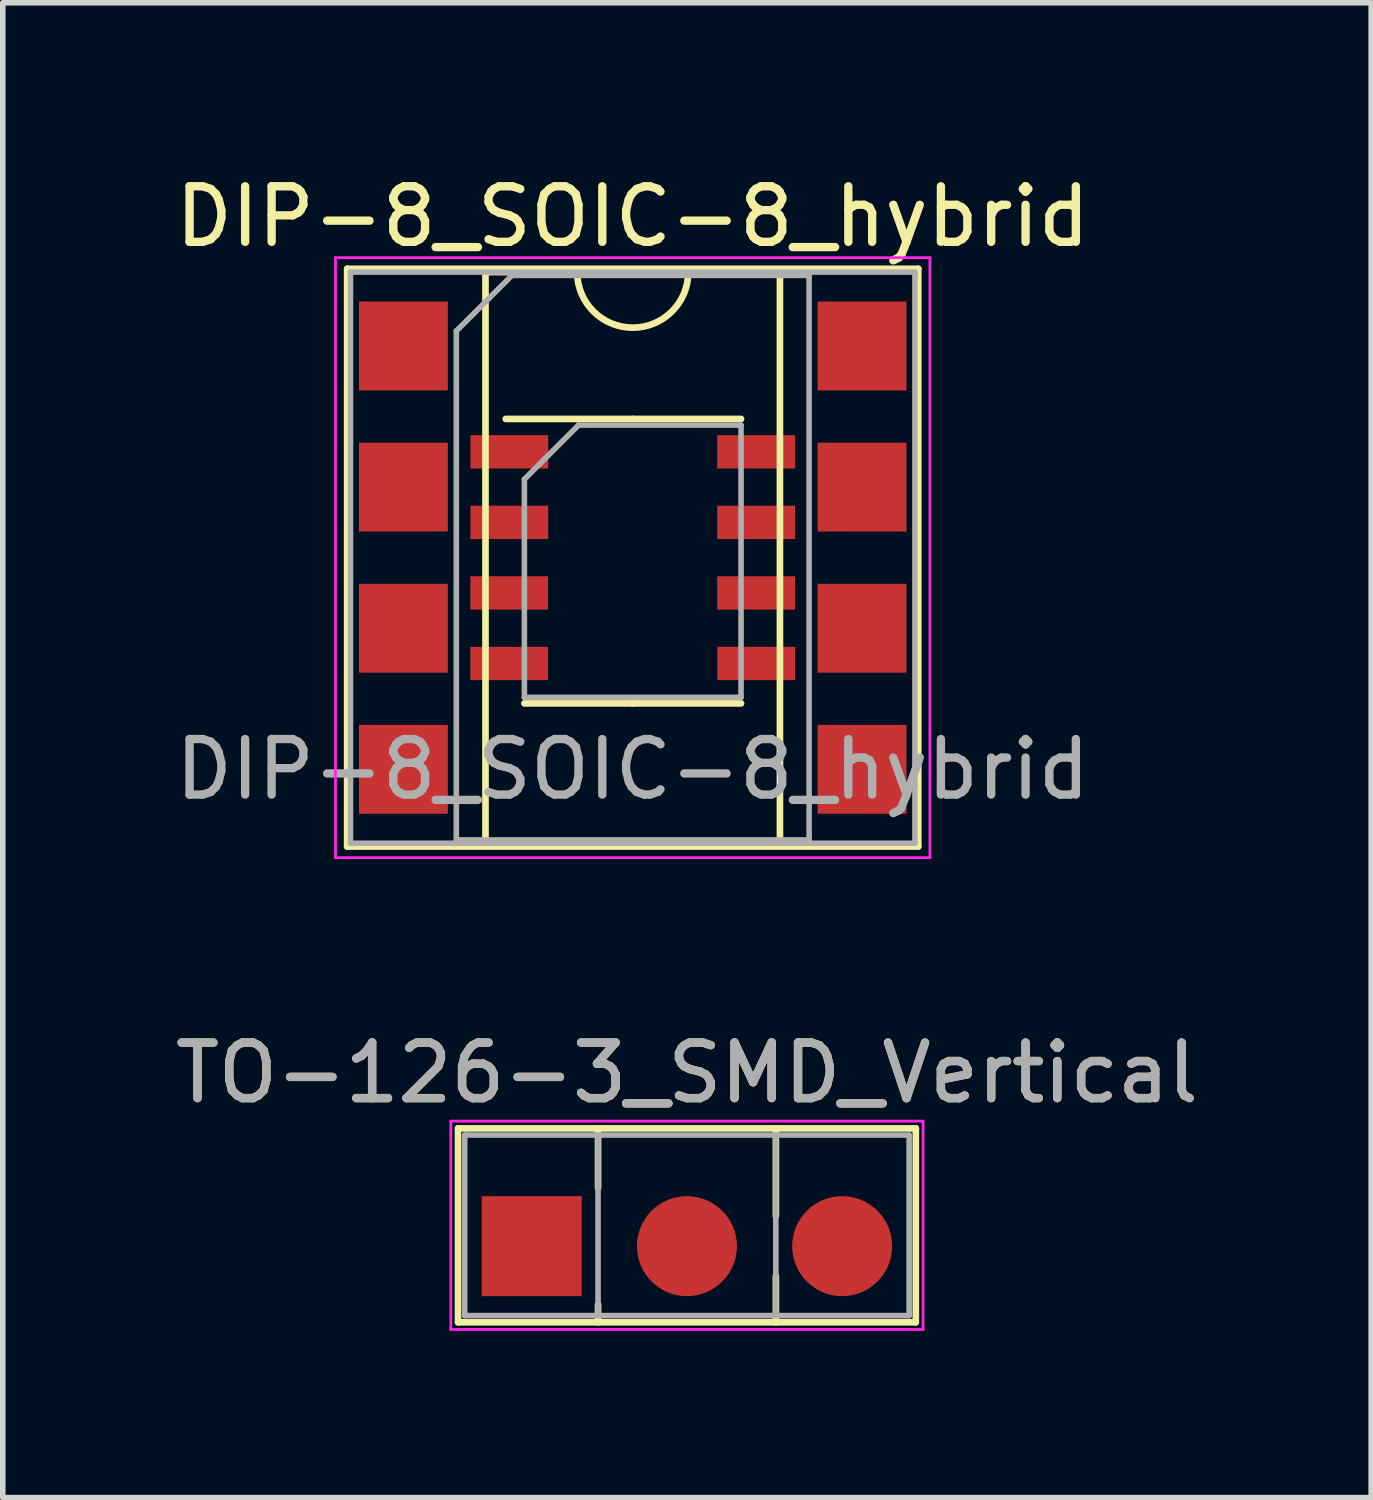
<source format=kicad_pcb>
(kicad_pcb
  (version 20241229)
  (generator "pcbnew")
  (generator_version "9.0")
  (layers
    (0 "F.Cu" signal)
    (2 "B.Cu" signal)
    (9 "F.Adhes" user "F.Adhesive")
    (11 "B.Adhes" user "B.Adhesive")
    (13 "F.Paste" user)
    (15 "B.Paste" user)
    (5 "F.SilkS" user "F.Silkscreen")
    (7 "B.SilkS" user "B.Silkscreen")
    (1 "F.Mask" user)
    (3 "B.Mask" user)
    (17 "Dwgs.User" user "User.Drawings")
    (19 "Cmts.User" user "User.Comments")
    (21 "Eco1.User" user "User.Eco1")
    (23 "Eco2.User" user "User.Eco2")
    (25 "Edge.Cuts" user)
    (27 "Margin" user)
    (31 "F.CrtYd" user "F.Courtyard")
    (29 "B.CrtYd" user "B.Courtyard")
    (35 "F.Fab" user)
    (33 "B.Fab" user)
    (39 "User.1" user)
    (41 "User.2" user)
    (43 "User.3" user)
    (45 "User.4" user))
  (footprint "DIP-8_SOIC-8_hybrid"
    (layer "F.Cu")
    (at 8.339 6.988)
    (property "Reference" "DIP-8_SOIC-8_hybrid" (at 0 -6.14 0) (layer "F.SilkS") (effects (font (size 1 1) (thickness 0.15))))
    (attr smd)
    (fp_line (start -5.14 -5.2) (end -5.14 5.2) (stroke (width 0.12) (type solid)) (layer "F.SilkS"))
    (fp_line (start -5.14 5.2) (end 5.14 5.2) (stroke (width 0.12) (type solid)) (layer "F.SilkS"))
    (fp_line (start -2.65 -5.14) (end -2.65 5.14) (stroke (width 0.12) (type solid)) (layer "F.SilkS"))
    (fp_line (start -2.65 5.14) (end 2.65 5.14) (stroke (width 0.12) (type solid)) (layer "F.SilkS"))
    (fp_line (start -1 -5.14) (end -2.65 -5.14) (stroke (width 0.12) (type solid)) (layer "F.SilkS"))
    (fp_line (start 0 -2.497) (end -2.286 -2.497) (stroke (width 0.12) (type solid)) (layer "F.SilkS"))
    (fp_line (start 0 -2.497) (end 1.95 -2.497) (stroke (width 0.12) (type solid)) (layer "F.SilkS"))
    (fp_line (start 0 2.623) (end -1.95 2.623) (stroke (width 0.12) (type solid)) (layer "F.SilkS"))
    (fp_line (start 0 2.623) (end 1.95 2.623) (stroke (width 0.12) (type solid)) (layer "F.SilkS"))
    (fp_line (start 2.65 -5.14) (end 1 -5.14) (stroke (width 0.12) (type solid)) (layer "F.SilkS"))
    (fp_line (start 2.65 5.14) (end 2.65 -5.14) (stroke (width 0.12) (type solid)) (layer "F.SilkS"))
    (fp_line (start 5.14 -5.2) (end -5.14 -5.2) (stroke (width 0.12) (type solid)) (layer "F.SilkS"))
    (fp_line (start 5.14 5.2) (end 5.14 -5.2) (stroke (width 0.12) (type solid)) (layer "F.SilkS"))
    (fp_arc (start 1 -5.14) (mid 0 -4.14) (end -1 -5.14) (stroke (width 0.12) (type solid)) (layer "F.SilkS"))
    (fp_line (start -5.35 -5.4) (end -5.35 5.4) (stroke (width 0.05) (type solid)) (layer "F.CrtYd"))
    (fp_line (start -5.35 5.4) (end 5.35 5.4) (stroke (width 0.05) (type solid)) (layer "F.CrtYd"))
    (fp_line (start 5.35 -5.4) (end -5.35 -5.4) (stroke (width 0.05) (type solid)) (layer "F.CrtYd"))
    (fp_line (start 5.35 5.4) (end 5.35 -5.4) (stroke (width 0.05) (type solid)) (layer "F.CrtYd"))
    (fp_line (start -5.08 -5.14) (end -5.08 5.14) (stroke (width 0.1) (type solid)) (layer "F.Fab"))
    (fp_line (start -5.08 5.14) (end 5.08 5.14) (stroke (width 0.1) (type solid)) (layer "F.Fab"))
    (fp_line (start -3.175 -4.08) (end -2.175 -5.08) (stroke (width 0.1) (type solid)) (layer "F.Fab"))
    (fp_line (start -3.175 5.08) (end -3.175 -4.08) (stroke (width 0.1) (type solid)) (layer "F.Fab"))
    (fp_line (start -2.175 -5.08) (end 3.175 -5.08) (stroke (width 0.1) (type solid)) (layer "F.Fab"))
    (fp_line (start -1.95 -1.411) (end -0.975 -2.386) (stroke (width 0.1) (type solid)) (layer "F.Fab"))
    (fp_line (start -1.95 2.514) (end -1.95 -1.411) (stroke (width 0.1) (type solid)) (layer "F.Fab"))
    (fp_line (start -0.975 -2.386) (end 1.95 -2.386) (stroke (width 0.1) (type solid)) (layer "F.Fab"))
    (fp_line (start 1.95 -2.386) (end 1.95 2.514) (stroke (width 0.1) (type solid)) (layer "F.Fab"))
    (fp_line (start 1.95 2.514) (end -1.95 2.514) (stroke (width 0.1) (type solid)) (layer "F.Fab"))
    (fp_line (start 3.175 -5.08) (end 3.175 5.08) (stroke (width 0.1) (type solid)) (layer "F.Fab"))
    (fp_line (start 3.175 5.08) (end -3.175 5.08) (stroke (width 0.1) (type solid)) (layer "F.Fab"))
    (fp_line (start 5.08 -5.14) (end -5.08 -5.14) (stroke (width 0.1) (type solid)) (layer "F.Fab"))
    (fp_line (start 5.08 5.14) (end 5.08 -5.14) (stroke (width 0.1) (type solid)) (layer "F.Fab"))
    (fp_text user "${REFERENCE}" (at 0 3.81 0) (layer "F.Fab") (effects (font (size 1 1) (thickness 0.15))))
    (pad "1" smd rect (at -4.128 -3.81) (size 1.6 1.6) (layers "F.Cu" "F.Mask" "F.Paste"))
    (pad "1" smd rect (at -2.221 -1.905) (size 1.4 0.6) (layers "F.Cu" "F.Mask" "F.Paste"))
    (pad "2" smd rect (at -4.128 -1.27) (size 1.6 1.6) (layers "F.Cu" "F.Mask" "F.Paste"))
    (pad "2" smd rect (at -2.221 -0.635) (size 1.4 0.6) (layers "F.Cu" "F.Mask" "F.Paste"))
    (pad "3" smd rect (at -4.128 1.27) (size 1.6 1.6) (layers "F.Cu" "F.Mask" "F.Paste"))
    (pad "3" smd rect (at -2.223 0.635) (size 1.4 0.6) (layers "F.Cu" "F.Mask" "F.Paste"))
    (pad "4" smd rect (at -4.128 3.81) (size 1.6 1.6) (layers "F.Cu" "F.Mask" "F.Paste"))
    (pad "4" smd rect (at -2.223 1.905) (size 1.4 0.6) (layers "F.Cu" "F.Mask" "F.Paste"))
    (pad "5" smd rect (at 2.223 1.905) (size 1.4 0.6) (layers "F.Cu" "F.Mask" "F.Paste"))
    (pad "5" smd rect (at 4.128 3.81) (size 1.6 1.6) (layers "F.Cu" "F.Mask" "F.Paste"))
    (pad "6" smd rect (at 2.221 0.635) (size 1.4 0.6) (layers "F.Cu" "F.Mask" "F.Paste"))
    (pad "6" smd rect (at 4.128 1.27) (size 1.6 1.6) (layers "F.Cu" "F.Mask" "F.Paste"))
    (pad "7" smd rect (at 2.221 -0.635) (size 1.4 0.6) (layers "F.Cu" "F.Mask" "F.Paste"))
    (pad "7" smd rect (at 4.128 -1.27) (size 1.6 1.6) (layers "F.Cu" "F.Mask" "F.Paste"))
    (pad "8" smd rect (at 2.221 -1.905) (size 1.4 0.6) (layers "F.Cu" "F.Mask" "F.Paste"))
    (pad "8" smd rect (at 4.128 -3.81) (size 1.6 1.6) (layers "F.Cu" "F.Mask" "F.Paste")))
  (footprint "TO-126-3_SMD_Vertical"
    (layer "F.Cu")
    (at 6.775 19.381)
    (property "Reference" "TO-126-3_SMD_Vertical" (at 2.54 -3.12 0) (layer "F.SilkS") (effects (font (size 1 1) (thickness 0.15))))
    (attr through_hole)
    (fp_line (start -1.58 -2.12) (end -1.58 1.37) (stroke (width 0.12) (type solid)) (layer "F.SilkS"))
    (fp_line (start -1.58 -2.12) (end 6.66 -2.12) (stroke (width 0.12) (type solid)) (layer "F.SilkS"))
    (fp_line (start -1.58 1.37) (end 6.66 1.37) (stroke (width 0.12) (type solid)) (layer "F.SilkS"))
    (fp_line (start 0.94 -2.12) (end 0.94 -1.05) (stroke (width 0.12) (type solid)) (layer "F.SilkS"))
    (fp_line (start 0.94 1.05) (end 0.94 1.37) (stroke (width 0.12) (type solid)) (layer "F.SilkS"))
    (fp_line (start 4.141 -2.12) (end 4.141 -0.54) (stroke (width 0.12) (type solid)) (layer "F.SilkS"))
    (fp_line (start 4.141 0.54) (end 4.141 1.37) (stroke (width 0.12) (type solid)) (layer "F.SilkS"))
    (fp_line (start 6.66 -2.12) (end 6.66 1.37) (stroke (width 0.12) (type solid)) (layer "F.SilkS"))
    (fp_line (start -1.71 -2.25) (end -1.71 1.5) (stroke (width 0.05) (type solid)) (layer "F.CrtYd"))
    (fp_line (start -1.71 1.5) (end 6.79 1.5) (stroke (width 0.05) (type solid)) (layer "F.CrtYd"))
    (fp_line (start 6.79 -2.25) (end -1.71 -2.25) (stroke (width 0.05) (type solid)) (layer "F.CrtYd"))
    (fp_line (start 6.79 1.5) (end 6.79 -2.25) (stroke (width 0.05) (type solid)) (layer "F.CrtYd"))
    (fp_line (start -1.46 -2) (end -1.46 1.25) (stroke (width 0.1) (type solid)) (layer "F.Fab"))
    (fp_line (start -1.46 1.25) (end 6.54 1.25) (stroke (width 0.1) (type solid)) (layer "F.Fab"))
    (fp_line (start 0.94 -2) (end 0.94 1.25) (stroke (width 0.1) (type solid)) (layer "F.Fab"))
    (fp_line (start 4.14 -2) (end 4.14 1.25) (stroke (width 0.1) (type solid)) (layer "F.Fab"))
    (fp_line (start 6.54 -2) (end -1.46 -2) (stroke (width 0.1) (type solid)) (layer "F.Fab"))
    (fp_line (start 6.54 1.25) (end 6.54 -2) (stroke (width 0.1) (type solid)) (layer "F.Fab"))
    (fp_text user "${REFERENCE}" (at 2.54 -3.12 0) (layer "F.Fab") (effects (font (size 1 1) (thickness 0.15))))
    (pad "1" smd rect (at -0.254 0) (size 1.8 1.8) (layers "F.Cu" "F.Mask" "F.Paste"))
    (pad "2" smd oval (at 2.54 0) (size 1.8 1.8) (layers "F.Cu" "F.Mask" "F.Paste"))
    (pad "3" smd oval (at 5.334 0) (size 1.8 1.8) (layers "F.Cu" "F.Mask" "F.Paste")))
  (gr_rect
    (start -3 -3)
    (end 21.631 23.907)
    (stroke (width 0.1) (type default))
    (fill no)
    (layer "Edge.Cuts")))
</source>
